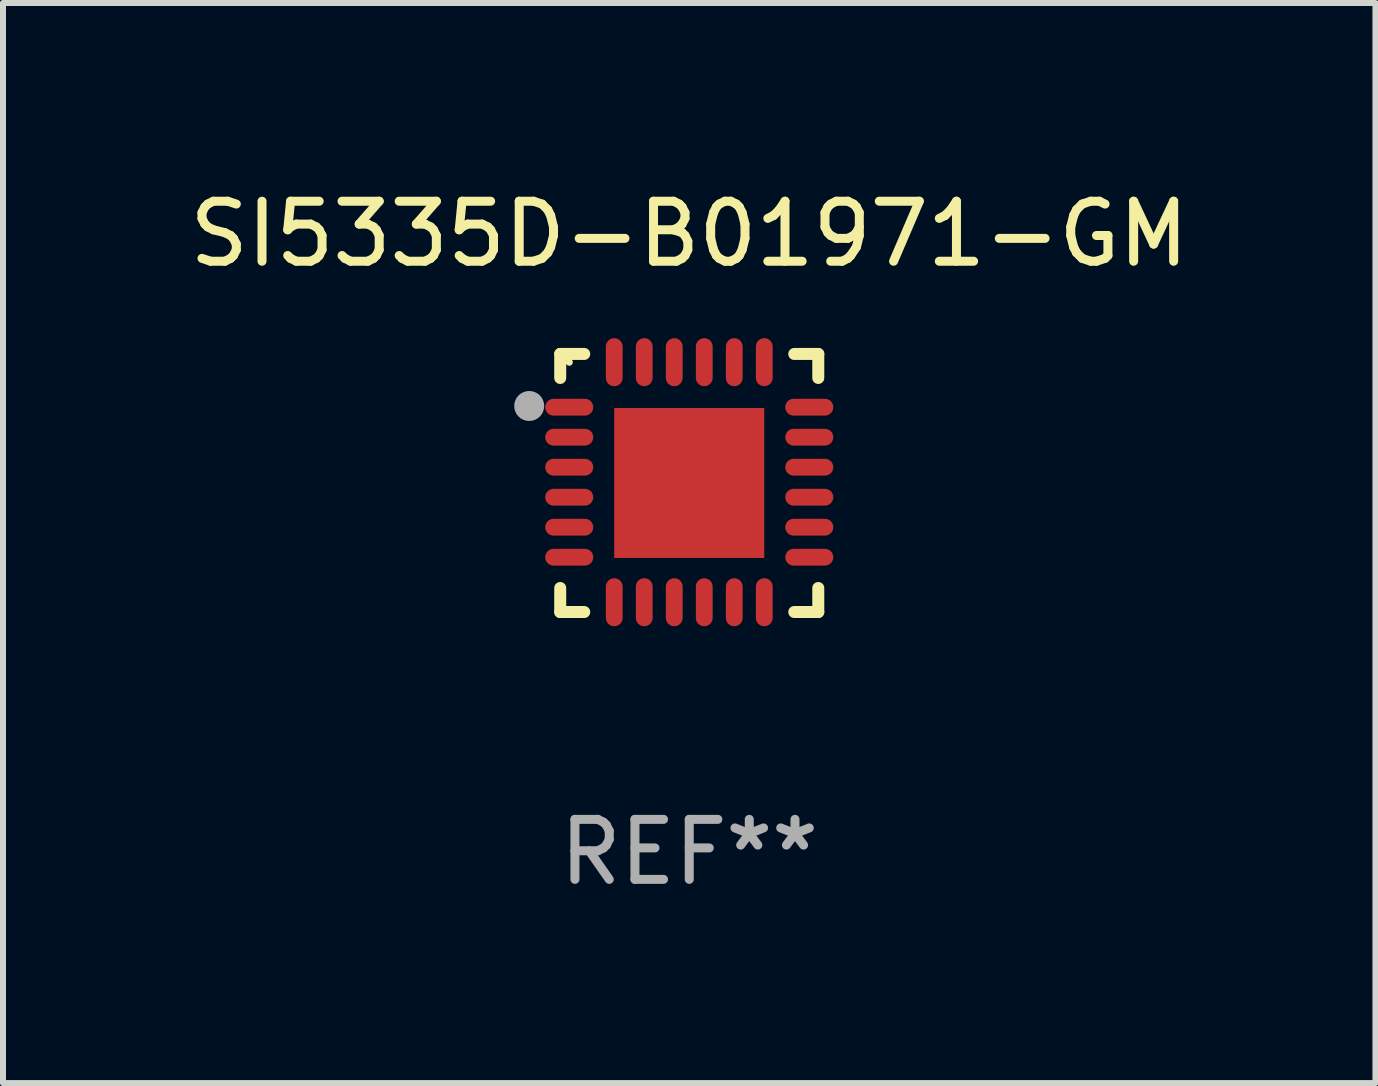
<source format=kicad_pcb>
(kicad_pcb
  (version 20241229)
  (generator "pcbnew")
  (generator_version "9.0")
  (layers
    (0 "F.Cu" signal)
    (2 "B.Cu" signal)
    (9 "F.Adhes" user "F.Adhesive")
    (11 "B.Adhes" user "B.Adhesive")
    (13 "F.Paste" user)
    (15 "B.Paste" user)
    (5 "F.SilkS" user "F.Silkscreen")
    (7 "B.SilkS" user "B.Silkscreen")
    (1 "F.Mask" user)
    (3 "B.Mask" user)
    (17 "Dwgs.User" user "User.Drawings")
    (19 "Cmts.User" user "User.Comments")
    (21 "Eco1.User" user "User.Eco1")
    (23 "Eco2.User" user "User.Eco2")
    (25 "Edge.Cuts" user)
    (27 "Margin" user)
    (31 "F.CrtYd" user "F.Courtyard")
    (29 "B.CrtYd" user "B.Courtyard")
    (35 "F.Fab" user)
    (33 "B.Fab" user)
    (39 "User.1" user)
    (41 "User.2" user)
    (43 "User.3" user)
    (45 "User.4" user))
  (footprint "SI5335D-B01971-GM"
    (layer "F.Cu")
    (at 8.435 4.998)
    (property "Reference" "SI5335D-B01971-GM" (at 0 -4.15 0) (layer "F.SilkS") (effects (font (size 1 1) (thickness 0.15))))
    (attr through_hole)
    (fp_line (start -2.15 -2.15) (end -1.75 -2.15) (stroke (width 0.2) (type solid)) (layer "F.SilkS"))
    (fp_line (start -2.15 -1.75) (end -2.15 -2.15) (stroke (width 0.2) (type solid)) (layer "F.SilkS"))
    (fp_line (start -2.15 2.15) (end -2.15 1.75) (stroke (width 0.2) (type solid)) (layer "F.SilkS"))
    (fp_line (start -1.75 2.15) (end -2.15 2.15) (stroke (width 0.2) (type solid)) (layer "F.SilkS"))
    (fp_line (start 1.75 -2.15) (end 2.15 -2.15) (stroke (width 0.2) (type solid)) (layer "F.SilkS"))
    (fp_line (start 1.75 2.15) (end 2.15 2.15) (stroke (width 0.2) (type solid)) (layer "F.SilkS"))
    (fp_line (start 2.15 -2.15) (end 2.15 -1.75) (stroke (width 0.2) (type solid)) (layer "F.SilkS"))
    (fp_line (start 2.15 2.15) (end 2.15 1.75) (stroke (width 0.2) (type solid)) (layer "F.SilkS"))
    (fp_circle (center -2 -2.013) (end -1.97 -2.013) (stroke (width 0.06) (type solid)) (fill no) (layer "F.SilkS"))
    (fp_circle (center -2.667 -1.283) (end -2.542 -1.283) (stroke (width 0.25) (type solid)) (fill no) (layer "F.Fab"))
    (fp_text user "REF**" (at 0 6.15 0) (layer "F.Fab") (effects (font (size 1 1) (thickness 0.15))))
    (pad "1" smd oval (at -2 -1.263) (size 0.8 0.28) (layers "F.Cu" "F.Mask" "F.Paste"))
    (pad "2" smd oval (at -2 -0.763) (size 0.8 0.28) (layers "F.Cu" "F.Mask" "F.Paste"))
    (pad "3" smd oval (at -2 -0.263) (size 0.8 0.28) (layers "F.Cu" "F.Mask" "F.Paste"))
    (pad "4" smd oval (at -2 0.237) (size 0.8 0.28) (layers "F.Cu" "F.Mask" "F.Paste"))
    (pad "5" smd oval (at -2 0.737) (size 0.8 0.28) (layers "F.Cu" "F.Mask" "F.Paste"))
    (pad "6" smd oval (at -2 1.237) (size 0.8 0.28) (layers "F.Cu" "F.Mask" "F.Paste"))
    (pad "7" smd oval (at -1.25 1.987) (size 0.28 0.8) (layers "F.Cu" "F.Mask" "F.Paste"))
    (pad "8" smd oval (at -0.75 1.987) (size 0.28 0.8) (layers "F.Cu" "F.Mask" "F.Paste"))
    (pad "9" smd oval (at -0.25 1.987) (size 0.28 0.8) (layers "F.Cu" "F.Mask" "F.Paste"))
    (pad "10" smd oval (at 0.25 1.987) (size 0.28 0.8) (layers "F.Cu" "F.Mask" "F.Paste"))
    (pad "11" smd oval (at 0.75 1.987) (size 0.28 0.8) (layers "F.Cu" "F.Mask" "F.Paste"))
    (pad "12" smd oval (at 1.25 1.987) (size 0.28 0.8) (layers "F.Cu" "F.Mask" "F.Paste"))
    (pad "13" smd oval (at 2 1.237) (size 0.8 0.28) (layers "F.Cu" "F.Mask" "F.Paste"))
    (pad "14" smd oval (at 2 0.737) (size 0.8 0.28) (layers "F.Cu" "F.Mask" "F.Paste"))
    (pad "15" smd oval (at 2 0.237) (size 0.8 0.28) (layers "F.Cu" "F.Mask" "F.Paste"))
    (pad "16" smd oval (at 2 -0.263) (size 0.8 0.28) (layers "F.Cu" "F.Mask" "F.Paste"))
    (pad "17" smd oval (at 2 -0.763) (size 0.8 0.28) (layers "F.Cu" "F.Mask" "F.Paste"))
    (pad "18" smd oval (at 2 -1.263) (size 0.8 0.28) (layers "F.Cu" "F.Mask" "F.Paste"))
    (pad "19" smd oval (at 1.25 -2.013) (size 0.28 0.8) (layers "F.Cu" "F.Mask" "F.Paste"))
    (pad "20" smd oval (at 0.75 -2.013) (size 0.28 0.8) (layers "F.Cu" "F.Mask" "F.Paste"))
    (pad "21" smd oval (at 0.25 -2.013) (size 0.28 0.8) (layers "F.Cu" "F.Mask" "F.Paste"))
    (pad "22" smd oval (at -0.25 -2.013) (size 0.28 0.8) (layers "F.Cu" "F.Mask" "F.Paste"))
    (pad "23" smd oval (at -0.75 -2.013) (size 0.28 0.8) (layers "F.Cu" "F.Mask" "F.Paste"))
    (pad "24" smd oval (at -1.25 -2.013) (size 0.28 0.8) (layers "F.Cu" "F.Mask" "F.Paste"))
    (pad "25" smd rect (at -0.000127 -0.00014) (size 2.5 2.5) (layers "F.Cu" "F.Mask" "F.Paste")))
  (gr_rect
    (start -3 -3)
    (end 19.869 14.997)
    (stroke (width 0.1) (type default))
    (fill no)
    (layer "Edge.Cuts")))
</source>
